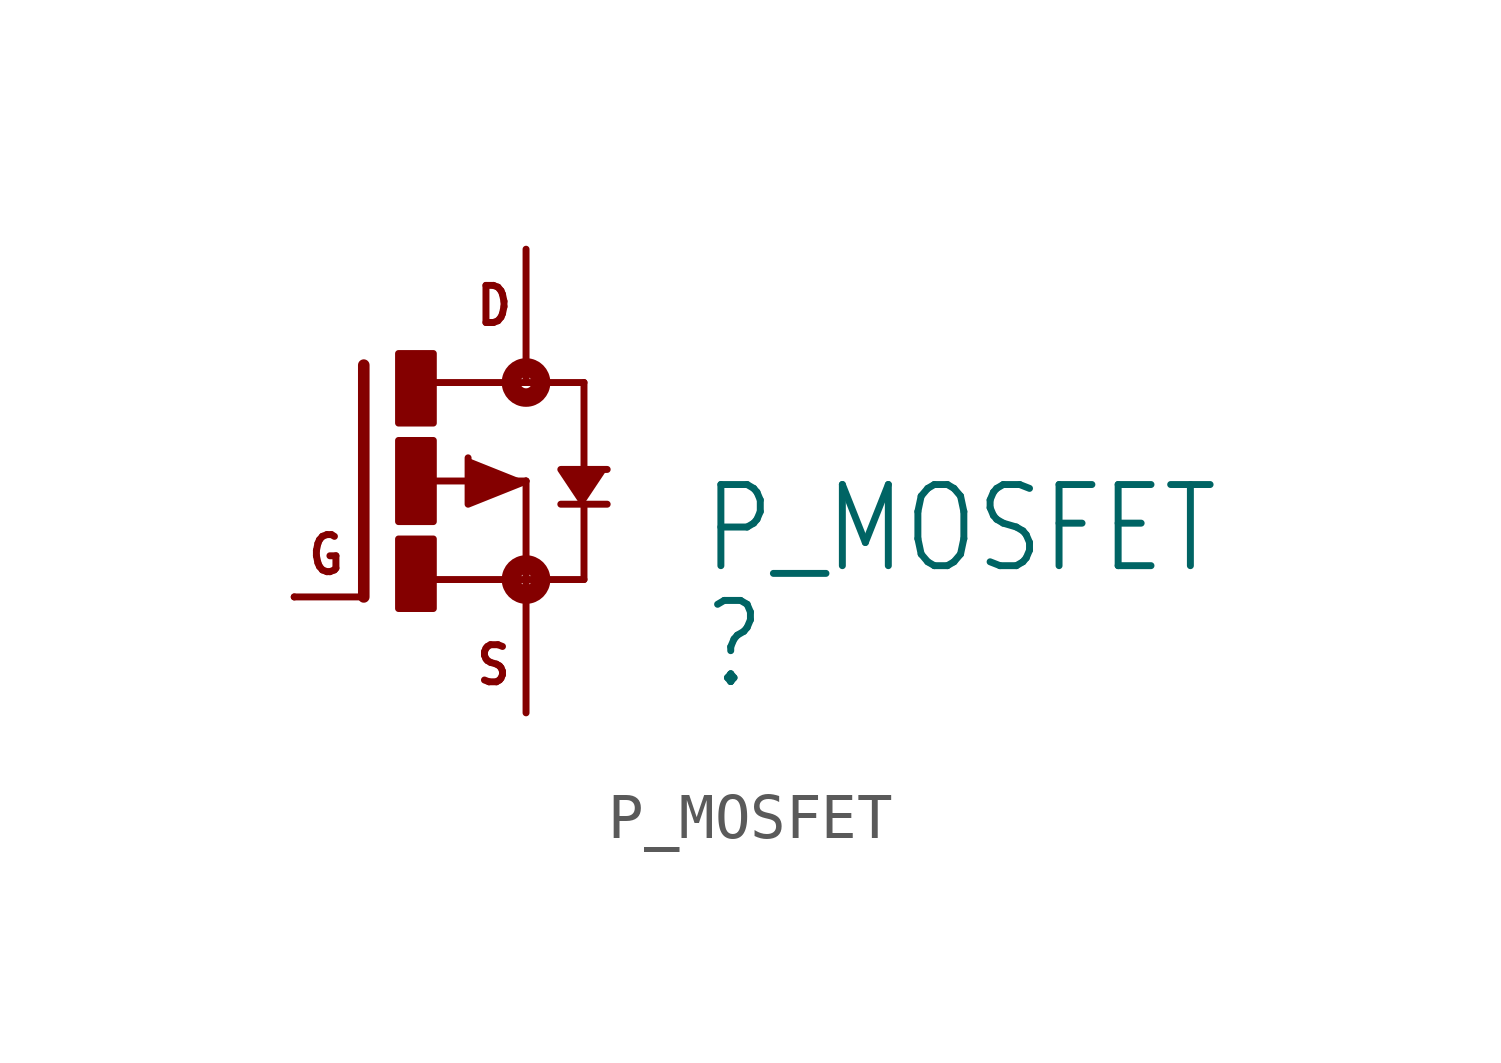
<source format=kicad_sym>
(kicad_symbol_lib
  (version 20211014)
  (generator kicad_symbol_editor)
  (symbol "P_MOSFET"
    (property "Reference" ""
      (at 3.81 -2.54 0)
      (effects (font (size 1.778 1.511)) (justify left top)))
    (property "Value" "P_MOSFET"
      (at 3.81 0 0)
      (effects (font (size 1.778 1.511)) (justify left top)))
    (property "ki_locked" ""
      (at 0 0 0)
      (effects (font (size 1.27 1.27))))
    (symbol "P_MOSFET_1_0"
      (rectangle (start -2.794 -2.794) (end -2.032 -1.27) (stroke (width 0) (type default) (color 0 0 0 0)) (fill (type outline)))
      (rectangle (start -2.794 1.27) (end -2.032 2.794) (stroke (width 0) (type default) (color 0 0 0 0)) (fill (type outline)))
      (rectangle (start -2.032 0.889) (end -2.794 -0.889) (stroke (width 0) (type default) (color 0 0 0 0)) (fill (type outline)))
      (circle (center 0 -2.159) (radius 0.127) (stroke (width 0.406) (type default) (color 0 0 0 0)) (fill (type none)))
      (polyline (pts (xy -3.556 -2.54) (xy -5.08 -2.54)) (stroke (width 0.152) (type default) (color 0 0 0 0)) (fill (type none)))
      (polyline (pts (xy -3.556 2.54) (xy -3.556 -2.54)) (stroke (width 0.254) (type default) (color 0 0 0 0)) (fill (type none)))
      (polyline (pts (xy -2.159 0) (xy 0 0)) (stroke (width 0.152) (type default) (color 0 0 0 0)) (fill (type none)))
      (polyline (pts (xy -2.032 2.159) (xy 0 2.159)) (stroke (width 0.152) (type default) (color 0 0 0 0)) (fill (type none)))
      (polyline (pts (xy 0 -2.54) (xy 0 -2.159)) (stroke (width 0.152) (type default) (color 0 0 0 0)) (fill (type none)))
      (polyline (pts (xy 0 -2.159) (xy -2.007 -2.159)) (stroke (width 0.152) (type default) (color 0 0 0 0)) (fill (type none)))
      (polyline (pts (xy 0 0) (xy 0 -2.159)) (stroke (width 0.152) (type default) (color 0 0 0 0)) (fill (type none)))
      (polyline (pts (xy 0 2.159) (xy 0 2.54)) (stroke (width 0.152) (type default) (color 0 0 0 0)) (fill (type none)))
      (polyline (pts (xy 0.762 -0.508) (xy 1.27 -0.508)) (stroke (width 0.152) (type default) (color 0 0 0 0)) (fill (type none)))
      (polyline (pts (xy 1.27 -2.159) (xy 0 -2.159)) (stroke (width 0.152) (type default) (color 0 0 0 0)) (fill (type none)))
      (polyline (pts (xy 1.27 -0.508) (xy 1.27 -2.159)) (stroke (width 0.152) (type default) (color 0 0 0 0)) (fill (type none)))
      (polyline (pts (xy 1.27 -0.508) (xy 1.778 -0.508)) (stroke (width 0.152) (type default) (color 0 0 0 0)) (fill (type none)))
      (polyline (pts (xy 1.27 2.159) (xy 0 2.159)) (stroke (width 0.152) (type default) (color 0 0 0 0)) (fill (type none)))
      (polyline (pts (xy 1.27 2.159) (xy 1.27 0.127)) (stroke (width 0.152) (type default) (color 0 0 0 0)) (fill (type none)))
      (polyline (pts (xy 0 0) (xy -1.27 -0.508) (xy -1.27 0.508)) (stroke (width 0) (type default) (color 0 0 0 0)) (fill (type outline)))
      (polyline (pts (xy 1.27 -0.508) (xy 0.762 0.254) (xy 1.778 0.254)) (stroke (width 0) (type default) (color 0 0 0 0)) (fill (type outline)))
      (circle (center 0 2.159) (radius 0.127) (stroke (width 0.406) (type default) (color 0 0 0 0)) (fill (type none)))
      (text "D" (at -1.143 4.318 0) (effects (font (size 0.813 0.691)) (justify left top)))
      (text "G" (at -4.826 -1.143 0) (effects (font (size 0.813 0.691)) (justify left top)))
      (text "S" (at -1.143 -3.556 0) (effects (font (size 0.813 0.691)) (justify left top)))
      (pin passive line (at -5.08 -2.54 0) (length 0) (name "G" (effects (font (size 0 0)))) (number "1" (effects (font (size 0 0)))))
      (pin passive line (at 0 -5.08 90) (length 2.54) (name "S" (effects (font (size 0 0)))) (number "2" (effects (font (size 0 0)))))
      (pin passive line (at 0 5.08 270) (length 2.54) (name "D" (effects (font (size 0 0)))) (number "3" (effects (font (size 0 0))))))))
</source>
